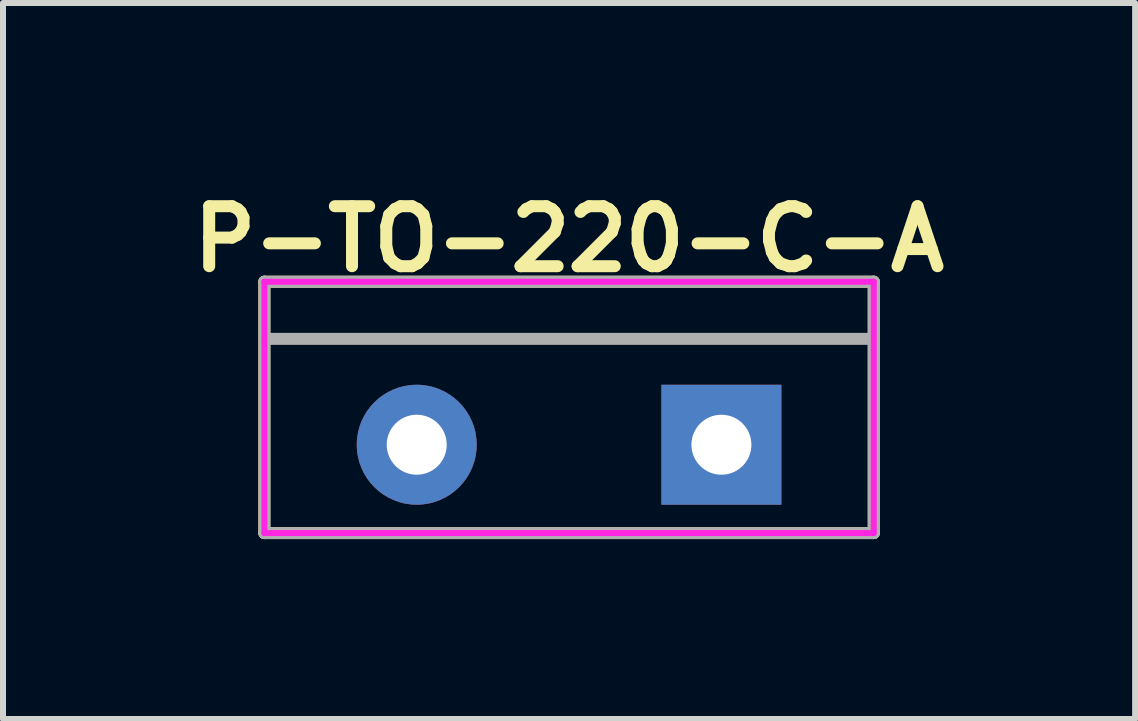
<source format=kicad_pcb>
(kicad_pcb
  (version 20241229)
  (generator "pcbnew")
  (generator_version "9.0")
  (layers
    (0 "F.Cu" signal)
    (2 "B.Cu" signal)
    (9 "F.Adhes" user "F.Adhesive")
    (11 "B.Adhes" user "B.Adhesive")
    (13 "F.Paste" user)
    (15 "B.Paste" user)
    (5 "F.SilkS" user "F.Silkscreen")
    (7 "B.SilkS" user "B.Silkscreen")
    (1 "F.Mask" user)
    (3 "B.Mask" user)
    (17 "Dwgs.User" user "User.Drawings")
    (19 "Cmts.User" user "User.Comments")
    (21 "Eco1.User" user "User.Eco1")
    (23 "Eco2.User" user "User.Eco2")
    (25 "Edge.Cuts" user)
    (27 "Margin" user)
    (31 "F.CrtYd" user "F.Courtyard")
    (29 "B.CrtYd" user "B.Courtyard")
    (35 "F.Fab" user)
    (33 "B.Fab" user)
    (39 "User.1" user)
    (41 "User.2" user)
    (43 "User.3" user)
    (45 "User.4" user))
  (footprint "P-TO-220-C-A"
    (layer "F.Cu")
    (at 6.438 4.365)
    (property "Reference" "P-TO-220-C-A" (at 0 -3.429 0) (layer "F.SilkS") (effects (font (size 1 1) (thickness 0.2))))
    (attr through_hole)
    (fp_line (start -5.08 -2.718) (end -5.08 1.473) (stroke (width 0.2) (type solid)) (layer "F.SilkS"))
    (fp_line (start -5.08 -2.718) (end 5.08 -2.718) (stroke (width 0.2) (type solid)) (layer "F.SilkS"))
    (fp_line (start -5.08 1.473) (end 5.08 1.473) (stroke (width 0.2) (type solid)) (layer "F.SilkS"))
    (fp_line (start 5.08 -2.718) (end 5.08 1.473) (stroke (width 0.2) (type solid)) (layer "F.SilkS"))
    (fp_line (start -5.08 -2.718) (end -5.08 1.473) (stroke (width 0.1) (type solid)) (layer "F.CrtYd"))
    (fp_line (start -5.08 -2.718) (end 5.08 -2.718) (stroke (width 0.1) (type solid)) (layer "F.CrtYd"))
    (fp_line (start -5.08 1.473) (end 5.08 1.473) (stroke (width 0.1) (type solid)) (layer "F.CrtYd"))
    (fp_line (start 5.08 -2.718) (end 5.08 1.473) (stroke (width 0.1) (type solid)) (layer "F.CrtYd"))
    (fp_line (start -5.08 -2.718) (end -5.08 1.473) (stroke (width 0.2) (type solid)) (layer "F.Fab"))
    (fp_line (start -5.08 -2.718) (end 5.08 -2.718) (stroke (width 0.2) (type solid)) (layer "F.Fab"))
    (fp_line (start -5.08 -1.765) (end 5.08 -1.765) (stroke (width 0.2) (type solid)) (layer "F.Fab"))
    (fp_line (start -5.08 1.473) (end 5.08 1.473) (stroke (width 0.2) (type solid)) (layer "F.Fab"))
    (fp_line (start 5.08 -2.718) (end 5.08 1.473) (stroke (width 0.2) (type solid)) (layer "F.Fab"))
    (pad "A" thru_hole rect (at 2.54 0) (size 2 2) (drill 1) (layers "*.Cu" "*.Mask"))
    (pad "C" thru_hole circle (at -2.54 0) (size 2 2) (drill 1) (layers "*.Cu" "*.Mask")))
  (gr_rect
    (start -3 -3)
    (end 15.876 8.938)
    (stroke (width 0.1) (type default))
    (fill no)
    (layer "Edge.Cuts")))
</source>
